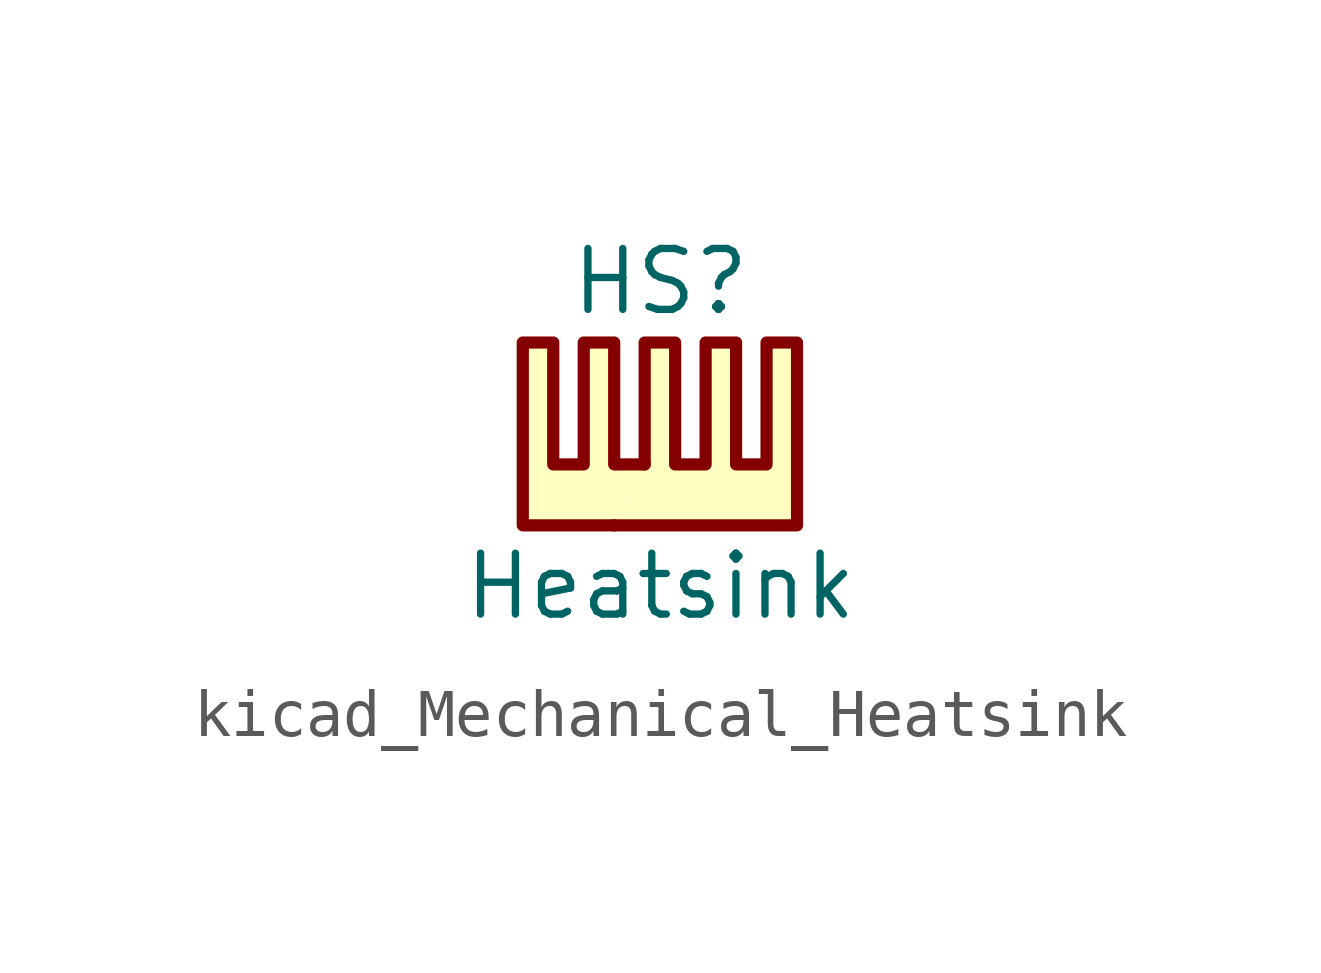
<source format=kicad_sym>
(kicad_symbol_lib
  (version 20220914)
  (generator kicad_symbol_editor)
  (symbol "kicad_Mechanical_Heatsink"
    (pin_names
      (offset 1.016))
    (property "Reference" "HS"
      (at 0 5.08 0)
      (effects (font (size 1.27 1.27))))
    (property "Value" "Heatsink"
      (at 0 -1.27 0)
      (effects (font (size 1.27 1.27))))
    (symbol "kicad_Mechanical_Heatsink_0_1"
      (polyline (pts (xy -0.33 1.27) (xy -0.965 1.27) (xy -0.965 3.81) (xy -1.6 3.81) (xy -1.6 1.27) (xy -2.235 1.27) (xy -2.235 3.81) (xy -2.87 3.81) (xy -2.87 0) (xy -0.965 0)) (stroke (width 0.254) (type default)) (fill (type background)))
      (polyline (pts (xy -0.33 1.27) (xy -0.33 3.81) (xy 0.305 3.81) (xy 0.305 1.27) (xy 0.94 1.27) (xy 0.94 3.81) (xy 1.575 3.81) (xy 1.575 1.27) (xy 2.21 1.27) (xy 2.21 3.81) (xy 2.845 3.81) (xy 2.845 0) (xy -0.965 0)) (stroke (width 0.254) (type default)) (fill (type background))))))
</source>
